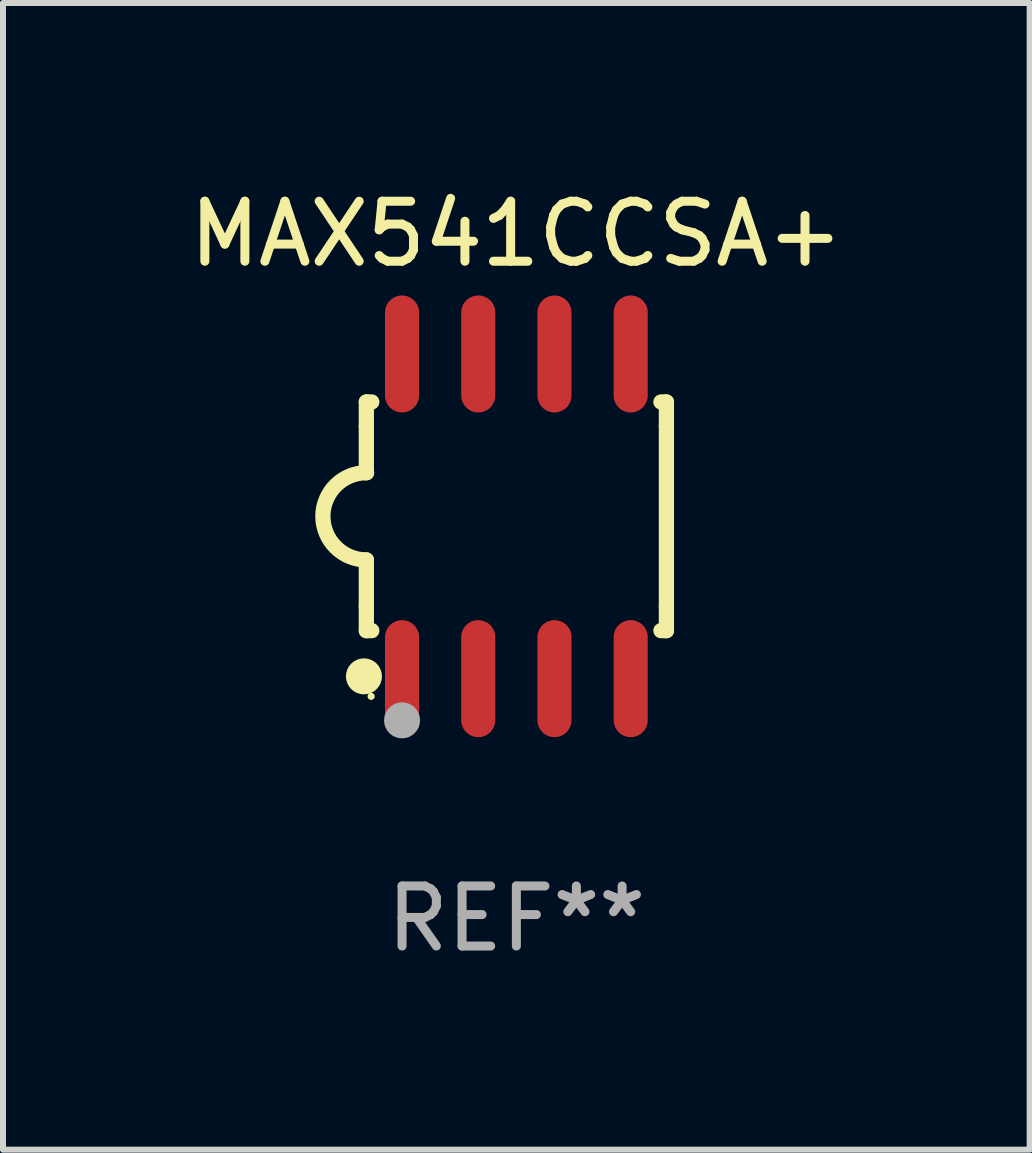
<source format=kicad_pcb>
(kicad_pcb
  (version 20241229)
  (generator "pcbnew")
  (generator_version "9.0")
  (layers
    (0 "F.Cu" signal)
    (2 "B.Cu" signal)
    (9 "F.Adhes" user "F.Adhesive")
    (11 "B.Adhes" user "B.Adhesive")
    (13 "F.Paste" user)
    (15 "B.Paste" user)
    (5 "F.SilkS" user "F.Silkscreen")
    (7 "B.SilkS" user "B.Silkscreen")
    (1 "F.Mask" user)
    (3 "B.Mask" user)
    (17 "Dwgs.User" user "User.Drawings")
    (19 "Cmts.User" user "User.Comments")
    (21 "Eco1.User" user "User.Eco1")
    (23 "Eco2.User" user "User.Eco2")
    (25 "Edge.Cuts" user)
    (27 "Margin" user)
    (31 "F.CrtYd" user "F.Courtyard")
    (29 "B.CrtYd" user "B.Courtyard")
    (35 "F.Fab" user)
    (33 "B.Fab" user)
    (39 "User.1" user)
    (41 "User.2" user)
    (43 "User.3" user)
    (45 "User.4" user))
  (footprint "MAX541CCSA+"
    (layer "F.Cu")
    (at 5.554 5.553)
    (property "Reference" "MAX541CCSA+" (at 0 -4.705 0) (layer "F.SilkS") (effects (font (size 1 1) (thickness 0.15))))
    (attr through_hole)
    (fp_line (start -2.5 -1.905) (end -2.409 -1.905) (stroke (width 0.254) (type solid)) (layer "F.SilkS"))
    (fp_line (start -2.5 -1.5) (end -2.5 -1.905) (stroke (width 0.254) (type solid)) (layer "F.SilkS"))
    (fp_line (start -2.5 -1.5) (end -2.5 -0.726) (stroke (width 0.254) (type solid)) (layer "F.SilkS"))
    (fp_line (start -2.5 1.5) (end -2.5 0.727) (stroke (width 0.254) (type solid)) (layer "F.SilkS"))
    (fp_line (start -2.5 1.5) (end -2.5 1.905) (stroke (width 0.254) (type solid)) (layer "F.SilkS"))
    (fp_line (start -2.5 1.905) (end -2.409 1.905) (stroke (width 0.254) (type solid)) (layer "F.SilkS"))
    (fp_line (start 2.5 -1.905) (end 2.409 -1.905) (stroke (width 0.254) (type solid)) (layer "F.SilkS"))
    (fp_line (start 2.5 -1.5) (end 2.5 -1.905) (stroke (width 0.254) (type solid)) (layer "F.SilkS"))
    (fp_line (start 2.5 -1.5) (end 2.5 1.5) (stroke (width 0.254) (type solid)) (layer "F.SilkS"))
    (fp_line (start 2.5 1.5) (end 2.5 1.905) (stroke (width 0.254) (type solid)) (layer "F.SilkS"))
    (fp_line (start 2.5 1.905) (end 2.409 1.905) (stroke (width 0.254) (type solid)) (layer "F.SilkS"))
    (fp_arc (start -2.5 0.726568) (mid -3.220316 -0.0023) (end -2.495097 -0.726289) (stroke (width 0.254001) (type solid)) (layer "F.SilkS"))
    (fp_circle (center -2.54 2.667) (end -2.39 2.667) (stroke (width 0.3) (type solid)) (fill no) (layer "F.SilkS"))
    (fp_circle (center -2.42 3) (end -2.39 3) (stroke (width 0.06) (type solid)) (fill no) (layer "F.SilkS"))
    (fp_circle (center -1.905 3.4) (end -1.755 3.4) (stroke (width 0.3) (type solid)) (fill no) (layer "F.Fab"))
    (fp_text user "REF**" (at 0 6.705 0) (layer "F.Fab") (effects (font (size 1 1) (thickness 0.15))))
    (pad "1" smd oval (at -1.905 2.705) (size 0.568 1.95) (layers "F.Cu" "F.Mask" "F.Paste"))
    (pad "2" smd oval (at -0.635 2.705) (size 0.568 1.95) (layers "F.Cu" "F.Mask" "F.Paste"))
    (pad "3" smd oval (at 0.635 2.705) (size 0.568 1.95) (layers "F.Cu" "F.Mask" "F.Paste"))
    (pad "4" smd oval (at 1.905 2.705) (size 0.568 1.95) (layers "F.Cu" "F.Mask" "F.Paste"))
    (pad "5" smd oval (at 1.905 -2.705) (size 0.568 1.95) (layers "F.Cu" "F.Mask" "F.Paste"))
    (pad "6" smd oval (at 0.635 -2.705) (size 0.568 1.95) (layers "F.Cu" "F.Mask" "F.Paste"))
    (pad "7" smd oval (at -0.635 -2.705) (size 0.568 1.95) (layers "F.Cu" "F.Mask" "F.Paste"))
    (pad "8" smd oval (at -1.905 -2.705) (size 0.568 1.95) (layers "F.Cu" "F.Mask" "F.Paste")))
  (gr_rect
    (start -3 -3)
    (end 14.107 16.107)
    (stroke (width 0.1) (type default))
    (fill no)
    (layer "Edge.Cuts")))
</source>
